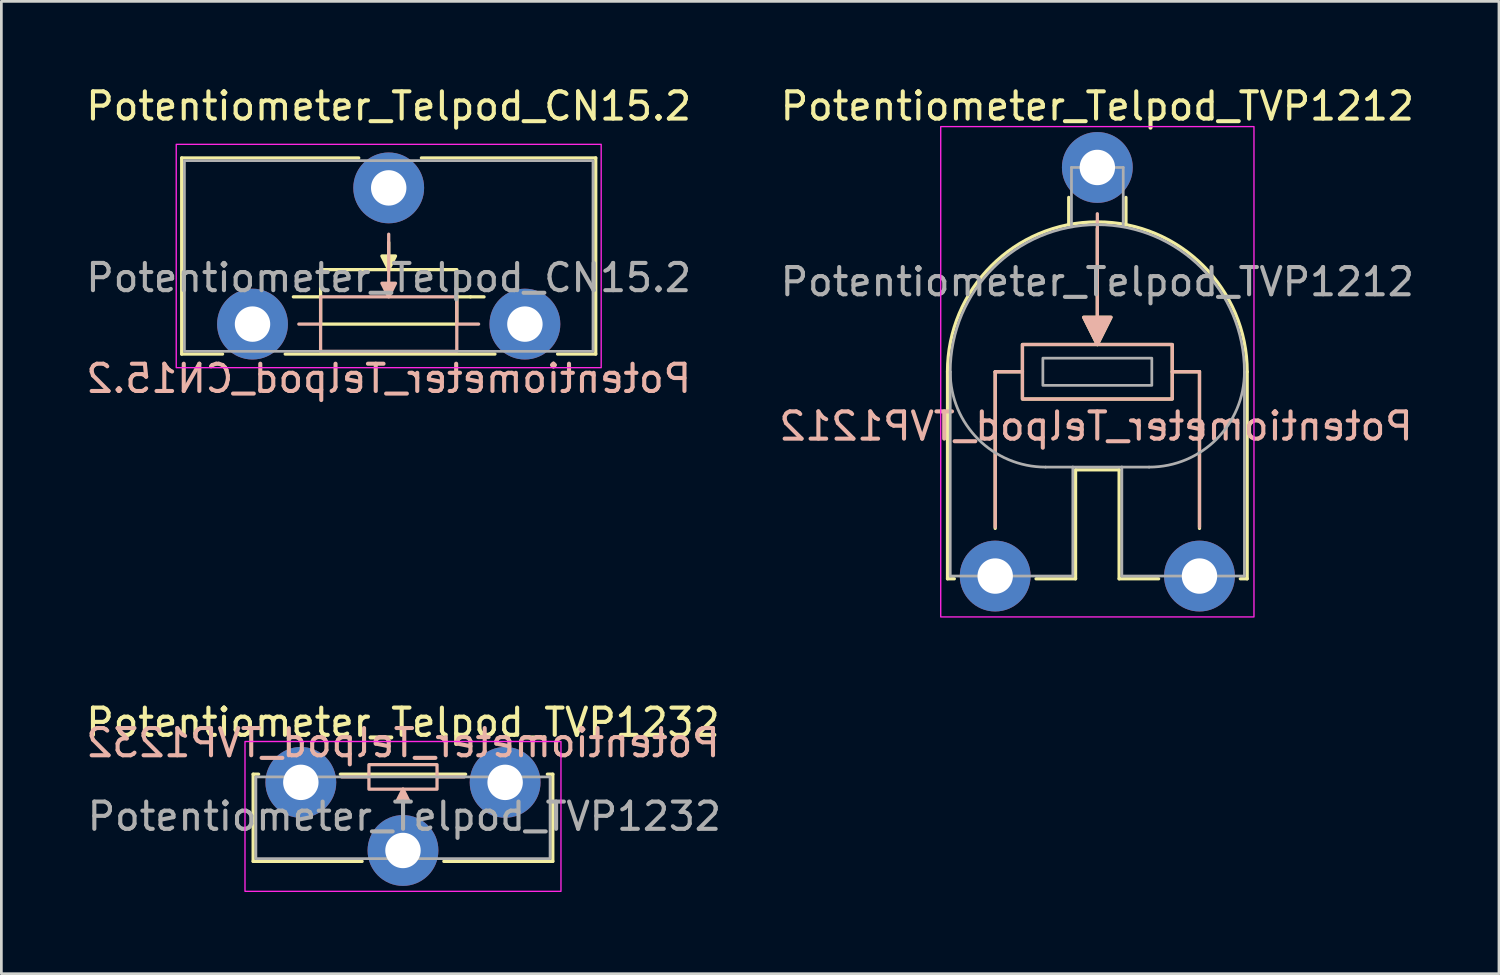
<source format=kicad_pcb>
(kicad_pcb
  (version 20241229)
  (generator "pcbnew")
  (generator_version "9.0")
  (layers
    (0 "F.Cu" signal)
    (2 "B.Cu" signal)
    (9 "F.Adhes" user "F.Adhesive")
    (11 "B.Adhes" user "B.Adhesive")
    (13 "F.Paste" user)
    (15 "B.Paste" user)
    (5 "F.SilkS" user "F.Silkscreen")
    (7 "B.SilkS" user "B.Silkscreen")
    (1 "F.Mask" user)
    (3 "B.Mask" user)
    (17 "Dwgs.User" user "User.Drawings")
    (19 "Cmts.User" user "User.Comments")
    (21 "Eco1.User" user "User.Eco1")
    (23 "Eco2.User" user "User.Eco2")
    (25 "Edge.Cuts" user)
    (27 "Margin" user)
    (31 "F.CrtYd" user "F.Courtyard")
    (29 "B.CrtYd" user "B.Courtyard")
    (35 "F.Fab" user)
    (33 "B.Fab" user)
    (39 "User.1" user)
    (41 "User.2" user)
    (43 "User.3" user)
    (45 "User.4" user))
  (footprint "Potentiometer_Telpod_TVP1212"
    (layer "F.Cu")
    (at 33.485 18.098)
    (property "Reference" "Potentiometer_Telpod_TVP1212" (at 3.75 -17.25 0) (unlocked yes) (layer "F.SilkS") (effects (font (size 1 1) (thickness 0.15))))
    (attr smd)
    (fp_line (start -1.75 -7.5) (end -1.75 0.1) (stroke (width 0.12) (type solid)) (layer "F.SilkS"))
    (fp_line (start -1.75 0.1) (end -1.5 0.1) (stroke (width 0.12) (type solid)) (layer "F.SilkS"))
    (fp_line (start 0 -7.5) (end 0 -1.75) (stroke (width 0.12) (type solid)) (layer "F.SilkS"))
    (fp_line (start 1 -7.5) (end 0 -7.5) (stroke (width 0.12) (type solid)) (layer "F.SilkS"))
    (fp_line (start 1.5 0.1) (end 2.95 0.1) (stroke (width 0.12) (type solid)) (layer "F.SilkS"))
    (fp_line (start 2.7 -12.9) (end 2.7 -13.9) (stroke (width 0.12) (type solid)) (layer "F.SilkS"))
    (fp_line (start 2.95 -3.9) (end 4.55 -3.9) (stroke (width 0.12) (type solid)) (layer "F.SilkS"))
    (fp_line (start 2.95 0.1) (end 2.95 -3.9) (stroke (width 0.12) (type solid)) (layer "F.SilkS"))
    (fp_line (start 3.75 -8.5) (end 3.75 -12.75) (stroke (width 0.12) (type solid)) (layer "F.SilkS"))
    (fp_line (start 4.55 -3.9) (end 4.55 0.1) (stroke (width 0.12) (type solid)) (layer "F.SilkS"))
    (fp_line (start 4.55 0.1) (end 6 0.1) (stroke (width 0.12) (type solid)) (layer "F.SilkS"))
    (fp_line (start 4.8 -12.9) (end 4.8 -13.9) (stroke (width 0.12) (type solid)) (layer "F.SilkS"))
    (fp_line (start 6.5 -7.5) (end 7.5 -7.5) (stroke (width 0.12) (type solid)) (layer "F.SilkS"))
    (fp_line (start 7.5 -7.5) (end 7.5 -1.75) (stroke (width 0.12) (type solid)) (layer "F.SilkS"))
    (fp_line (start 9 0.1) (end 9.25 0.1) (stroke (width 0.12) (type solid)) (layer "F.SilkS"))
    (fp_line (start 9.25 0.1) (end 9.25 -7.5) (stroke (width 0.12) (type solid)) (layer "F.SilkS"))
    (fp_rect (start 1 -8.5) (end 6.5 -6.5) (stroke (width 0.12) (type solid)) (fill no) (layer "F.SilkS"))
    (fp_arc (start -1.75 -7.5) (mid 3.75 -13) (end 9.25 -7.5) (stroke (width 0.12) (type solid)) (layer "F.SilkS"))
    (fp_poly (pts (xy 3.75 -8.5) (xy 3.25 -9.5) (xy 4.25 -9.5)) (stroke (width 0.12) (type solid)) (fill yes) (layer "F.SilkS"))
    (fp_line (start 0 -7.5) (end 1 -7.5) (stroke (width 0.12) (type solid)) (layer "B.SilkS"))
    (fp_line (start 0 -1.8) (end 0 -7.5) (stroke (width 0.12) (type solid)) (layer "B.SilkS"))
    (fp_line (start 3.75 -13.3) (end 3.75 -8.5) (stroke (width 0.12) (type solid)) (layer "B.SilkS"))
    (fp_line (start 7.5 -7.5) (end 6.5 -7.5) (stroke (width 0.12) (type solid)) (layer "B.SilkS"))
    (fp_line (start 7.5 -1.8) (end 7.5 -7.5) (stroke (width 0.12) (type solid)) (layer "B.SilkS"))
    (fp_rect (start 1 -8.5) (end 6.5 -6.5) (stroke (width 0.12) (type solid)) (fill no) (layer "B.SilkS"))
    (fp_poly (pts (xy 3.75 -8.5) (xy 3.25 -9.5) (xy 4.25 -9.5)) (stroke (width 0.12) (type solid)) (fill yes) (layer "B.SilkS"))
    (fp_rect (start -2 -16.5) (end 9.5 1.5) (stroke (width 0.05) (type solid)) (fill no) (layer "F.CrtYd"))
    (fp_line (start -1.65 -7.5) (end -1.65 0) (stroke (width 0.1) (type solid)) (layer "F.Fab"))
    (fp_line (start -1.65 0) (end 2.85 0) (stroke (width 0.1) (type solid)) (layer "F.Fab"))
    (fp_line (start 2.8 -15) (end 4.7 -15) (stroke (width 0.1) (type solid)) (layer "F.Fab"))
    (fp_line (start 2.8 -12.85) (end 2.8 -15) (stroke (width 0.1) (type solid)) (layer "F.Fab"))
    (fp_line (start 2.85 -4) (end 1.85 -4) (stroke (width 0.1) (type solid)) (layer "F.Fab"))
    (fp_line (start 2.85 -4) (end 2.85 0) (stroke (width 0.1) (type solid)) (layer "F.Fab"))
    (fp_line (start 4.65 -4) (end 2.85 -4) (stroke (width 0.1) (type solid)) (layer "F.Fab"))
    (fp_line (start 4.65 -4) (end 5.65 -4) (stroke (width 0.1) (type solid)) (layer "F.Fab"))
    (fp_line (start 4.65 0) (end 4.65 -4) (stroke (width 0.1) (type solid)) (layer "F.Fab"))
    (fp_line (start 4.7 -15) (end 4.7 -12.85) (stroke (width 0.1) (type solid)) (layer "F.Fab"))
    (fp_line (start 9.15 -7.5) (end 9.15 0) (stroke (width 0.1) (type solid)) (layer "F.Fab"))
    (fp_line (start 9.15 0) (end 4.65 0) (stroke (width 0.1) (type solid)) (layer "F.Fab"))
    (fp_rect (start 1.75 -8) (end 5.75 -7) (stroke (width 0.1) (type solid)) (fill no) (layer "F.Fab"))
    (fp_arc (start -1.65 -7.5) (mid 3.75 -12.9) (end 9.15 -7.5) (stroke (width 0.1) (type solid)) (layer "F.Fab"))
    (fp_arc (start 1.85 -4) (mid -0.624874 -5.025126) (end -1.65 -7.5) (stroke (width 0.1) (type solid)) (layer "F.Fab"))
    (fp_arc (start 9.15 -7.5) (mid 8.124874 -5.025126) (end 5.65 -4) (stroke (width 0.1) (type solid)) (layer "F.Fab"))
    (fp_text user "${REFERENCE}" (at 3.7 -5.5 0) (unlocked yes) (layer "B.SilkS") (effects (font (size 1 1) (thickness 0.15)) (justify mirror)))
    (fp_text user "${REFERENCE}" (at 3.75 -10.8 0) (unlocked yes) (layer "F.Fab") (effects (font (size 1 1) (thickness 0.15))))
    (pad "1" thru_hole circle (at 0 0) (size 2.6 2.6) (drill 1.3) (layers "*.Cu" "*.Mask"))
    (pad "2" thru_hole circle (at 3.75 -15) (size 2.6 2.6) (drill 1.3) (layers "*.Cu" "*.Mask"))
    (pad "3" thru_hole circle (at 7.5 0) (size 2.6 2.6) (drill 1.3) (layers "*.Cu" "*.Mask")))
  (footprint "Potentiometer_Telpod_CN15.2"
    (layer "F.Cu")
    (at 6.22 8.848)
    (property "Reference" "Potentiometer_Telpod_CN15.2" (at 5 -8 0) (unlocked yes) (layer "F.SilkS") (effects (font (size 1 1) (thickness 0.15))))
    (attr smd)
    (fp_line (start -2.6 -6.1) (end -2.6 1.1) (stroke (width 0.12) (type solid)) (layer "F.SilkS"))
    (fp_line (start -2.6 -6.1) (end 3.9 -6.1) (stroke (width 0.12) (type solid)) (layer "F.SilkS"))
    (fp_line (start -2.6 1.1) (end -1.1 1.1) (stroke (width 0.12) (type solid)) (layer "F.SilkS"))
    (fp_line (start 1.2 1.1) (end 8.9 1.1) (stroke (width 0.12) (type solid)) (layer "F.SilkS"))
    (fp_line (start 2.5 -1) (end 1.5 -1) (stroke (width 0.12) (type solid)) (layer "F.SilkS"))
    (fp_line (start 5 -3) (end 5 -2) (stroke (width 0.12) (type solid)) (layer "F.SilkS"))
    (fp_line (start 7.5 -1) (end 8 -1) (stroke (width 0.12) (type solid)) (layer "F.SilkS"))
    (fp_line (start 8 -1) (end 8.5 -1) (stroke (width 0.12) (type solid)) (layer "F.SilkS"))
    (fp_line (start 11.2 1.1) (end 12.6 1.1) (stroke (width 0.12) (type solid)) (layer "F.SilkS"))
    (fp_line (start 12.6 -6.1) (end 6.2 -6.1) (stroke (width 0.12) (type solid)) (layer "F.SilkS"))
    (fp_line (start 12.6 1.1) (end 12.6 -6.1) (stroke (width 0.12) (type solid)) (layer "F.SilkS"))
    (fp_rect (start 2.5 -2) (end 7.5 0) (stroke (width 0.12) (type solid)) (fill no) (layer "F.SilkS"))
    (fp_poly (pts (xy 5 -2) (xy 4.75 -2.5) (xy 5.25 -2.5)) (stroke (width 0.12) (type solid)) (fill yes) (layer "F.SilkS"))
    (fp_line (start 1.7 0) (end 2.5 0) (stroke (width 0.12) (type solid)) (layer "B.SilkS"))
    (fp_line (start 5 -1.5) (end 5 -3.3) (stroke (width 0.12) (type solid)) (layer "B.SilkS"))
    (fp_line (start 8.3 0) (end 7.5 0) (stroke (width 0.12) (type solid)) (layer "B.SilkS"))
    (fp_rect (start 2.5 -1) (end 7.5 1) (stroke (width 0.12) (type solid)) (fill no) (layer "B.SilkS"))
    (fp_poly (pts (xy 5 -1) (xy 4.75 -1.5) (xy 5.25 -1.5)) (stroke (width 0.12) (type solid)) (fill yes) (layer "B.SilkS"))
    (fp_rect (start -2.8 -6.6) (end 12.8 1.6) (stroke (width 0.05) (type solid)) (fill no) (layer "F.CrtYd"))
    (fp_rect (start -2.5 1) (end 12.5 -6) (stroke (width 0.1) (type solid)) (fill no) (layer "F.Fab"))
    (fp_text user "${REFERENCE}" (at 5 2 0) (unlocked yes) (layer "B.SilkS") (effects (font (size 1 1) (thickness 0.15)) (justify mirror)))
    (fp_text user "${REFERENCE}" (at 5 -1.7 0) (unlocked yes) (layer "F.Fab") (effects (font (size 1 1) (thickness 0.15))))
    (pad "1" thru_hole circle (at 0 0) (size 2.6 2.6) (drill 1.3) (layers "*.Cu" "*.Mask"))
    (pad "2" thru_hole circle (at 5 -5) (size 2.6 2.6) (drill 1.3) (layers "*.Cu" "*.Mask"))
    (pad "3" thru_hole circle (at 10 0) (size 2.6 2.6) (drill 1.3) (layers "*.Cu" "*.Mask")))
  (footprint "Potentiometer_Telpod_TVP1232"
    (layer "F.Cu")
    (at 7.994 25.422)
    (property "Reference" "Potentiometer_Telpod_TVP1232" (at 3.75 -1.95 0) (unlocked yes) (layer "F.SilkS") (effects (font (size 1 1) (thickness 0.15))))
    (attr smd)
    (fp_line (start -1.75 -0.05) (end -1.75 3.15) (stroke (width 0.12) (type solid)) (layer "F.SilkS"))
    (fp_line (start -1.75 -0.05) (end -1.55 -0.05) (stroke (width 0.12) (type solid)) (layer "F.SilkS"))
    (fp_line (start -1.75 3.15) (end 2.25 3.15) (stroke (width 0.12) (type solid)) (layer "F.SilkS"))
    (fp_line (start 1.45 -0.05) (end 6.05 -0.05) (stroke (width 0.12) (type solid)) (layer "F.SilkS"))
    (fp_line (start 5.25 3.15) (end 9.25 3.15) (stroke (width 0.12) (type solid)) (layer "F.SilkS"))
    (fp_line (start 9.25 -0.05) (end 9.05 -0.05) (stroke (width 0.12) (type solid)) (layer "F.SilkS"))
    (fp_line (start 9.25 3.15) (end 9.25 -0.05) (stroke (width 0.12) (type solid)) (layer "F.SilkS"))
    (fp_line (start 2.5 0.05) (end 1.5 0.05) (stroke (width 0.12) (type solid)) (layer "B.SilkS"))
    (fp_line (start 3.75 0.5) (end 3.75 1.2) (stroke (width 0.12) (type solid)) (layer "B.SilkS"))
    (fp_line (start 5 0.05) (end 6 0.05) (stroke (width 0.12) (type solid)) (layer "B.SilkS"))
    (fp_rect (start 2.5 -0.4) (end 5 0.5) (stroke (width 0.12) (type solid)) (fill no) (layer "B.SilkS"))
    (fp_poly (pts (xy 3.95 0.9) (xy 3.55 0.9) (xy 3.75 0.5)) (stroke (width 0.12) (type solid)) (fill yes) (layer "B.SilkS"))
    (fp_rect (start -2.05 -1.25) (end 9.55 4.25) (stroke (width 0.05) (type solid)) (fill no) (layer "F.CrtYd"))
    (fp_rect (start -1.65 0.05) (end 9.15 3.05) (stroke (width 0.1) (type solid)) (fill no) (layer "F.Fab"))
    (fp_text user "${REFERENCE}" (at 3.75 -1.2 0) (unlocked yes) (layer "B.SilkS") (effects (font (size 1 1) (thickness 0.15)) (justify mirror)))
    (fp_text user "${REFERENCE}" (at 3.8 1.5 0) (unlocked yes) (layer "F.Fab") (effects (font (size 1 1) (thickness 0.15))))
    (pad "1" thru_hole circle (at 0 0.25) (size 2.6 2.6) (drill 1.3) (layers "*.Cu" "*.Mask"))
    (pad "2" thru_hole circle (at 3.75 2.75) (size 2.6 2.6) (drill 1.3) (layers "*.Cu" "*.Mask"))
    (pad "3" thru_hole circle (at 7.5 0.25) (size 2.6 2.6) (drill 1.3) (layers "*.Cu" "*.Mask")))
  (gr_rect
    (start -3 -3)
    (end 51.979 32.697)
    (stroke (width 0.1) (type default))
    (fill no)
    (layer "Edge.Cuts")))
</source>
